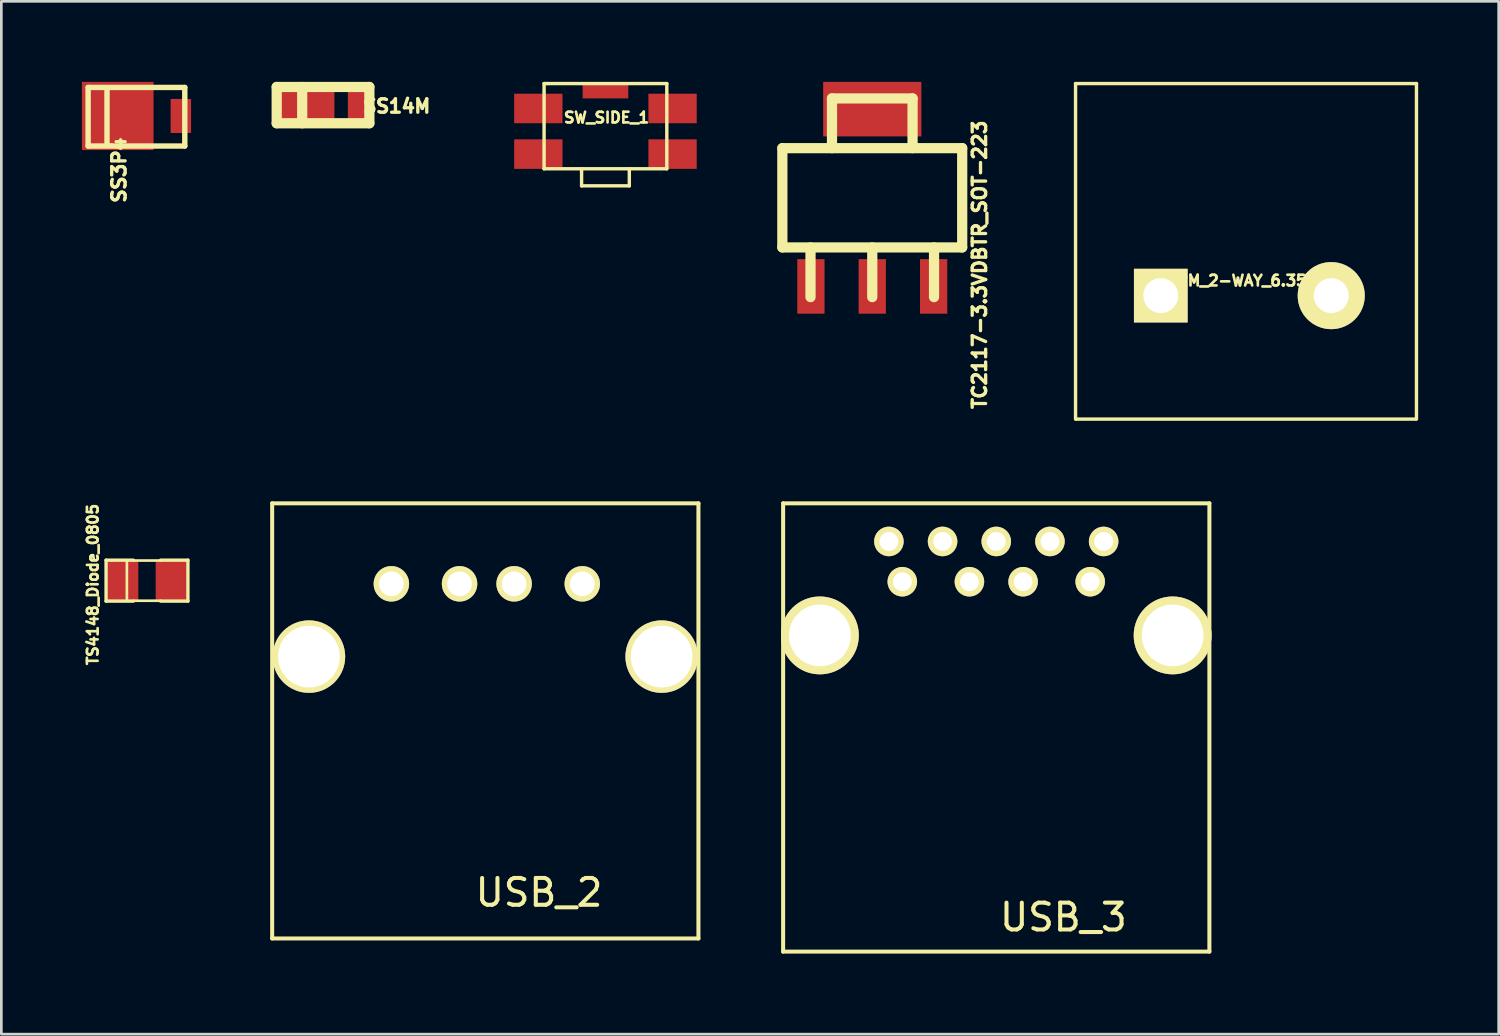
<source format=kicad_pcb>
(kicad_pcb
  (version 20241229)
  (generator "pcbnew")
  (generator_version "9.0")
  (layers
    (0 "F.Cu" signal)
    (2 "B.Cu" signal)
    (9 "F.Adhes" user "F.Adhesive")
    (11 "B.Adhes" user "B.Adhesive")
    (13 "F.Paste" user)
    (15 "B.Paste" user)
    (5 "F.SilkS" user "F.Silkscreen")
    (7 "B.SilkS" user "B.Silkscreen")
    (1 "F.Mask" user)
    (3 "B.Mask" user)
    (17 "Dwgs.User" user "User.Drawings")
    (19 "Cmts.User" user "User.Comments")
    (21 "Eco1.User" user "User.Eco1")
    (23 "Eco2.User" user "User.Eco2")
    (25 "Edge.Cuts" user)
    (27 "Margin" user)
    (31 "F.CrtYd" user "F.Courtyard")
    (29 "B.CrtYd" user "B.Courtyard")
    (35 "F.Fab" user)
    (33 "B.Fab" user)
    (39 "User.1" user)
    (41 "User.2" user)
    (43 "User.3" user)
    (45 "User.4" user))
  (footprint "SS14M"
    (layer "F.Cu")
    (at 8.409 0.866)
    (property "Reference" "SS14M" (at 3.32 0.04 0) (layer "F.SilkS") (effects (font (size 0.5 0.5) (thickness 0.124))))
    (attr smd)
    (fp_line (start -1.151 -0.676) (end 2.301 -0.676) (stroke (width 0.381) (type solid)) (layer "F.SilkS"))
    (fp_line (start -1.151 0.676) (end -1.151 -0.676) (stroke (width 0.381) (type solid)) (layer "F.SilkS"))
    (fp_line (start -0.201 -0.676) (end -0.201 0.676) (stroke (width 0.381) (type solid)) (layer "F.SilkS"))
    (fp_line (start 2.301 -0.676) (end 2.301 0.676) (stroke (width 0.381) (type solid)) (layer "F.SilkS"))
    (fp_line (start 2.301 0.676) (end -1.151 0.676) (stroke (width 0.381) (type solid)) (layer "F.SilkS"))
    (pad "1" smd rect (at 1.9 0) (size 0.8 1.1) (layers "F.Cu" "F.Mask" "F.Paste"))
    (pad "2" smd rect (at 0 0) (size 1.999 1.1) (layers "F.Cu" "F.Mask" "F.Paste")))
  (footprint "USB_2"
    (layer "F.Cu")
    (at 11.529 18.701)
    (property "Reference" "USB_2" (at 5.5 11.5 0) (layer "F.SilkS") (effects (font (size 1 1) (thickness 0.15))))
    (attr through_hole)
    (fp_line (start -4.44 13.21) (end -4.44 -3) (stroke (width 0.15) (type solid)) (layer "F.SilkS"))
    (fp_line (start 11.44 -3) (end -4.44 -3) (stroke (width 0.15) (type solid)) (layer "F.SilkS"))
    (fp_line (start 11.44 -3) (end 11.44 13.21) (stroke (width 0.15) (type solid)) (layer "F.SilkS"))
    (fp_line (start 11.44 13.21) (end -4.44 13.21) (stroke (width 0.15) (type solid)) (layer "F.SilkS"))
    (pad "1" thru_hole circle (at 0.001 -0.002 270) (size 1.32 1.32) (drill 0.92) (layers "*.Cu" "*.Mask" "F.SilkS"))
    (pad "2" thru_hole circle (at 2.541 -0.002 270) (size 1.32 1.32) (drill 0.92) (layers "*.Cu" "*.Mask" "F.SilkS"))
    (pad "3" thru_hole circle (at 4.573 -0.002 270) (size 1.32 1.32) (drill 0.92) (layers "*.Cu" "*.Mask" "F.SilkS"))
    (pad "4" thru_hole circle (at 7.113 -0.002 270) (size 1.32 1.32) (drill 0.92) (layers "*.Cu" "*.Mask" "F.SilkS"))
    (pad "5" thru_hole circle (at -3.07 2.71 270) (size 2.7 2.7) (drill 2.3) (layers "*.Cu" "*.Mask" "F.SilkS"))
    (pad "5" thru_hole circle (at 10.07 2.71 270) (size 2.7 2.7) (drill 2.3) (layers "*.Cu" "*.Mask" "F.SilkS")))
  (footprint "TS4148_Diode_0805"
    (layer "F.Cu")
    (at 2.426 18.581)
    (property "Reference" "TS4148_Diode_0805" (at -2.019 0.145 90) (layer "F.SilkS") (effects (font (size 0.399 0.399) (thickness 0.099))))
    (attr smd)
    (fp_line (start -1.524 -0.762) (end -0.508 -0.762) (stroke (width 0.127) (type solid)) (layer "F.SilkS"))
    (fp_line (start -1.524 0.762) (end -1.524 -0.762) (stroke (width 0.127) (type solid)) (layer "F.SilkS"))
    (fp_line (start -0.749 -0.749) (end -0.749 0.749) (stroke (width 0.099) (type solid)) (layer "F.SilkS"))
    (fp_line (start -0.508 0.762) (end -1.524 0.762) (stroke (width 0.127) (type solid)) (layer "F.SilkS"))
    (fp_line (start -0.5 -0.749) (end 0.5 -0.749) (stroke (width 0.099) (type solid)) (layer "F.SilkS"))
    (fp_line (start 0.5 0.749) (end -0.5 0.749) (stroke (width 0.099) (type solid)) (layer "F.SilkS"))
    (fp_line (start 0.508 -0.762) (end 1.524 -0.762) (stroke (width 0.127) (type solid)) (layer "F.SilkS"))
    (fp_line (start 1.524 -0.762) (end 1.524 0.762) (stroke (width 0.127) (type solid)) (layer "F.SilkS"))
    (fp_line (start 1.524 0.762) (end 0.508 0.762) (stroke (width 0.127) (type solid)) (layer "F.SilkS"))
    (pad "1" smd rect (at 0.899 0) (size 1.151 1.45) (layers "F.Cu" "F.Mask" "F.Paste"))
    (pad "2" smd rect (at -0.899 0) (size 1.151 1.45) (layers "F.Cu" "F.Mask" "F.Paste")))
  (footprint "TERM_2-WAY_6.35mm"
    (layer "F.Cu")
    (at 43.368 7.963)
    (property "Reference" "TERM_2-WAY_6.35mm" (at 0.041 -0.559 0) (layer "F.SilkS") (effects (font (size 0.399 0.399) (thickness 0.099))))
    (attr through_hole)
    (fp_line (start -6.35 4.6) (end -6.35 -7.899) (stroke (width 0.127) (type solid)) (layer "F.SilkS"))
    (fp_line (start -6.34 4.6) (end 6.32 4.6) (stroke (width 0.127) (type solid)) (layer "F.SilkS"))
    (fp_line (start 6.35 -7.899) (end -6.35 -7.899) (stroke (width 0.127) (type solid)) (layer "F.SilkS"))
    (fp_line (start 6.35 4.6) (end 6.35 -7.899) (stroke (width 0.127) (type solid)) (layer "F.SilkS"))
    (pad "1" thru_hole rect (at -3.175 0) (size 1.999 1.999) (drill 1.3) (layers "*.Cu" "*.Mask" "F.SilkS"))
    (pad "2" thru_hole circle (at 3.175 0) (size 2.499 2.499) (drill 1.3) (layers "*.Cu" "*.Mask" "F.SilkS")))
  (footprint "TC2117-3.3VDBTR_SOT-223"
    (layer "F.Cu")
    (at 29.445 4.318)
    (property "Reference" "TC2117-3.3VDBTR_SOT-223" (at 3.998 2.497 90) (layer "F.SilkS") (effects (font (size 0.5 0.5) (thickness 0.124))))
    (attr smd)
    (fp_line (start -3.35 -1.849) (end 3.35 -1.849) (stroke (width 0.381) (type solid)) (layer "F.SilkS"))
    (fp_line (start -3.35 1.849) (end -3.35 -1.849) (stroke (width 0.381) (type solid)) (layer "F.SilkS"))
    (fp_line (start -2.301 1.849) (end -2.301 3.701) (stroke (width 0.381) (type solid)) (layer "F.SilkS"))
    (fp_line (start -1.501 -3.701) (end 1.501 -3.701) (stroke (width 0.381) (type solid)) (layer "F.SilkS"))
    (fp_line (start -1.501 -1.849) (end -1.501 -3.701) (stroke (width 0.381) (type solid)) (layer "F.SilkS"))
    (fp_line (start 0 1.849) (end 0 3.701) (stroke (width 0.381) (type solid)) (layer "F.SilkS"))
    (fp_line (start 1.501 -3.701) (end 1.501 -1.849) (stroke (width 0.381) (type solid)) (layer "F.SilkS"))
    (fp_line (start 2.301 1.849) (end 2.301 3.701) (stroke (width 0.381) (type solid)) (layer "F.SilkS"))
    (fp_line (start 3.35 -1.849) (end 3.35 1.849) (stroke (width 0.381) (type solid)) (layer "F.SilkS"))
    (fp_line (start 3.35 1.849) (end -3.35 1.849) (stroke (width 0.381) (type solid)) (layer "F.SilkS"))
    (pad "1" smd rect (at -2.286 3.302) (size 1.016 2.032) (layers "F.Cu" "F.Mask" "F.Paste"))
    (pad "2" smd rect (at 0 3.302) (size 1.016 2.032) (layers "F.Cu" "F.Mask" "F.Paste"))
    (pad "3" smd rect (at 2.286 3.302) (size 1.016 2.032) (layers "F.Cu" "F.Mask" "F.Paste"))
    (pad "4" smd rect (at 0 -3.302) (size 3.658 2.032) (layers "F.Cu" "F.Mask" "F.Paste")))
  (footprint "SS3P4"
    (layer "F.Cu")
    (at 1.335 1.27)
    (property "Reference" "SS3P4" (at 0.051 2.017 90) (layer "F.SilkS") (effects (font (size 0.5 0.5) (thickness 0.124))))
    (attr smd)
    (fp_line (start -1.102 -1.062) (end 2.499 -1.062) (stroke (width 0.201) (type solid)) (layer "F.SilkS"))
    (fp_line (start -1.102 1.12) (end -1.102 -1.062) (stroke (width 0.201) (type solid)) (layer "F.SilkS"))
    (fp_line (start -0.399 -1.001) (end -0.399 1.1) (stroke (width 0.201) (type solid)) (layer "F.SilkS"))
    (fp_line (start 2.499 -1.062) (end 2.499 1.12) (stroke (width 0.201) (type solid)) (layer "F.SilkS"))
    (fp_line (start 2.499 1.12) (end -1.102 1.12) (stroke (width 0.201) (type solid)) (layer "F.SilkS"))
    (pad "1" smd rect (at 2.352 0) (size 0.762 1.27) (layers "F.Cu" "F.Mask" "F.Paste"))
    (pad "2" smd rect (at 0 0) (size 2.67 2.54) (layers "F.Cu" "F.Mask" "F.Paste")))
  (footprint "USB_3"
    (layer "F.Cu")
    (at 30.564 18.621)
    (property "Reference" "USB_3" (at 6 12.5 0) (layer "F.SilkS") (effects (font (size 1 1) (thickness 0.15))))
    (attr through_hole)
    (fp_line (start -4.44 -2.92) (end 11.44 -2.92) (stroke (width 0.15) (type solid)) (layer "F.SilkS"))
    (fp_line (start -4.44 13.78) (end -4.44 -2.92) (stroke (width 0.15) (type solid)) (layer "F.SilkS"))
    (fp_line (start -4.44 13.78) (end 11.44 13.78) (stroke (width 0.15) (type solid)) (layer "F.SilkS"))
    (fp_line (start 11.44 13.78) (end 11.44 -2.92) (stroke (width 0.15) (type solid)) (layer "F.SilkS"))
    (pad "1" thru_hole circle (at 0 0 270) (size 1.1 1.1) (drill 0.7) (layers "*.Cu" "*.Mask" "F.SilkS"))
    (pad "2" thru_hole circle (at 2.5 0 270) (size 1.1 1.1) (drill 0.7) (layers "*.Cu" "*.Mask" "F.SilkS"))
    (pad "3" thru_hole circle (at 4.5 0 270) (size 1.1 1.1) (drill 0.7) (layers "*.Cu" "*.Mask" "F.SilkS"))
    (pad "4" thru_hole circle (at 7 0 270) (size 1.1 1.1) (drill 0.7) (layers "*.Cu" "*.Mask" "F.SilkS"))
    (pad "5" thru_hole circle (at 7.5 -1.5 270) (size 1.1 1.1) (drill 0.7) (layers "*.Cu" "*.Mask" "F.SilkS"))
    (pad "6" thru_hole circle (at 5.5 -1.5 270) (size 1.1 1.1) (drill 0.7) (layers "*.Cu" "*.Mask" "F.SilkS"))
    (pad "7" thru_hole circle (at 3.5 -1.5 270) (size 1.1 1.1) (drill 0.7) (layers "*.Cu" "*.Mask" "F.SilkS"))
    (pad "8" thru_hole circle (at 1.5 -1.5 270) (size 1.1 1.1) (drill 0.7) (layers "*.Cu" "*.Mask" "F.SilkS"))
    (pad "9" thru_hole circle (at -0.5 -1.5 270) (size 1.1 1.1) (drill 0.7) (layers "*.Cu" "*.Mask" "F.SilkS"))
    (pad "10" thru_hole circle (at -3.07 2 270) (size 2.9 2.9) (drill 2.3) (layers "*.Cu" "*.Mask" "F.SilkS"))
    (pad "10" thru_hole circle (at 10.07 2 270) (size 2.9 2.9) (drill 2.3) (layers "*.Cu" "*.Mask" "F.SilkS")))
  (footprint "SW_SIDE_1"
    (layer "F.Cu")
    (at 19.505 1.841)
    (property "Reference" "SW_SIDE_1" (at 0.04 -0.51 0) (layer "F.SilkS") (effects (font (size 0.399 0.399) (thickness 0.099))))
    (attr smd)
    (fp_line (start -2.286 -1.778) (end -2.159 -1.778) (stroke (width 0.127) (type solid)) (layer "F.SilkS"))
    (fp_line (start -2.286 1.397) (end -2.286 -1.778) (stroke (width 0.127) (type solid)) (layer "F.SilkS"))
    (fp_line (start -2.159 -1.778) (end 2.286 -1.778) (stroke (width 0.127) (type solid)) (layer "F.SilkS"))
    (fp_line (start -0.889 2.032) (end -0.889 1.397) (stroke (width 0.127) (type solid)) (layer "F.SilkS"))
    (fp_line (start 0.889 1.397) (end 0.889 2.032) (stroke (width 0.127) (type solid)) (layer "F.SilkS"))
    (fp_line (start 0.889 2.032) (end -0.889 2.032) (stroke (width 0.127) (type solid)) (layer "F.SilkS"))
    (fp_line (start 2.286 -1.778) (end 2.286 1.397) (stroke (width 0.127) (type solid)) (layer "F.SilkS"))
    (fp_line (start 2.286 1.397) (end -2.286 1.397) (stroke (width 0.127) (type solid)) (layer "F.SilkS"))
    (pad "1" smd rect (at -2.5 0.85) (size 1.8 1.1) (layers "F.Cu" "F.Mask" "F.Paste"))
    (pad "2" smd rect (at 2.5 0.85) (size 1.8 1.1) (layers "F.Cu" "F.Mask" "F.Paste"))
    (pad "3" smd rect (at 2.5 -0.85) (size 1.8 1.1) (layers "F.Cu" "F.Mask" "F.Paste"))
    (pad "4" smd rect (at -2.5 -0.85) (size 1.8 1.1) (layers "F.Cu" "F.Mask" "F.Paste"))
    (pad "5" smd rect (at 0 -1.5) (size 1.7 0.55) (layers "F.Cu" "F.Mask" "F.Paste")))
  (gr_rect
    (start -3 -3)
    (end 52.781 35.476)
    (stroke (width 0.1) (type default))
    (fill no)
    (layer "Edge.Cuts")))
</source>
